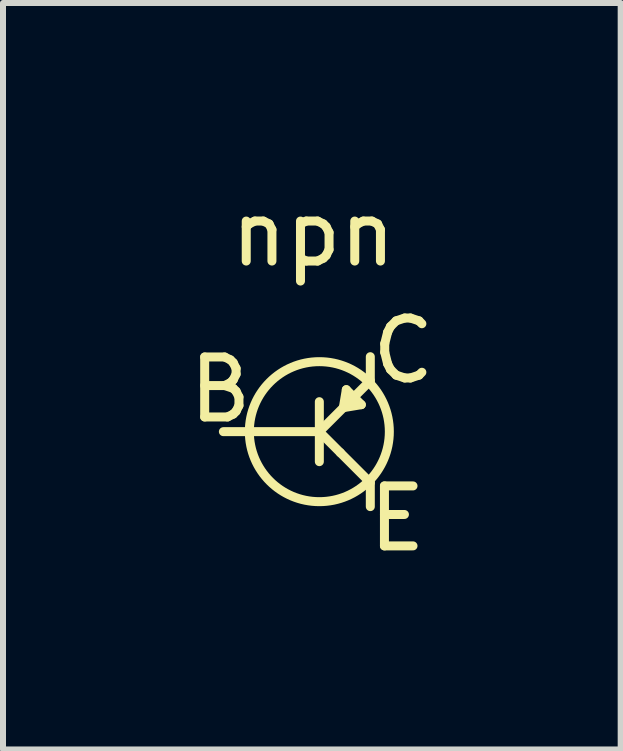
<source format=kicad_pcb>
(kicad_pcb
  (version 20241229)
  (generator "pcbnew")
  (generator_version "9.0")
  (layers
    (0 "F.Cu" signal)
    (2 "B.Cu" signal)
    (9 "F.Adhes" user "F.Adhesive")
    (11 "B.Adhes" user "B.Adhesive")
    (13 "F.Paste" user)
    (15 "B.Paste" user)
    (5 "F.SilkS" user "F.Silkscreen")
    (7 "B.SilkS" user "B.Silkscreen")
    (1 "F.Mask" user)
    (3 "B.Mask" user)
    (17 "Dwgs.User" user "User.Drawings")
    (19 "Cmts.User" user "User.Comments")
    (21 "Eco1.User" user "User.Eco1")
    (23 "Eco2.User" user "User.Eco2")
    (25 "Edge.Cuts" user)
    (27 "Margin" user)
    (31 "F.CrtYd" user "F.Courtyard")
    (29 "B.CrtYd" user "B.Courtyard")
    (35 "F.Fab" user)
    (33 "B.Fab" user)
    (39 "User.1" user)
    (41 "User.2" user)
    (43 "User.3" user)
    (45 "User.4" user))
  (footprint "npn"
    (layer "F.Cu")
    (at 2.275 4.148)
    (property "Reference" "npn" (at -0.1 -3.3 0) (layer "F.SilkS") (effects (font (size 1 1) (thickness 0.15))))
    (attr through_hole)
    (fp_line (start 0 -0.5) (end 0 0.5) (stroke (width 0.15) (type solid)) (layer "F.SilkS"))
    (fp_line (start 0 0) (end -1.6 0) (stroke (width 0.15) (type solid)) (layer "F.SilkS"))
    (fp_line (start 0 0) (end 0.5 -0.5) (stroke (width 0.15) (type solid)) (layer "F.SilkS"))
    (fp_line (start 0.35 0.35) (end 0 0) (stroke (width 0.15) (type solid)) (layer "F.SilkS"))
    (fp_line (start 0.45 -0.7) (end 0.4 -0.4) (stroke (width 0.15) (type solid)) (layer "F.SilkS"))
    (fp_line (start 0.45 -0.7) (end 0.7 -0.45) (stroke (width 0.15) (type solid)) (layer "F.SilkS"))
    (fp_line (start 0.5 -0.5) (end 0.85 -0.85) (stroke (width 0.15) (type solid)) (layer "F.SilkS"))
    (fp_line (start 0.7 -0.45) (end 0.4 -0.4) (stroke (width 0.15) (type solid)) (layer "F.SilkS"))
    (fp_line (start 0.85 -0.85) (end 0.85 -1.25) (stroke (width 0.15) (type solid)) (layer "F.SilkS"))
    (fp_line (start 0.85 0.85) (end 0.35 0.35) (stroke (width 0.15) (type solid)) (layer "F.SilkS"))
    (fp_line (start 0.85 1.25) (end 0.85 0.85) (stroke (width 0.15) (type solid)) (layer "F.SilkS"))
    (fp_circle (center 0 0) (end 1.15 0.2) (stroke (width 0.15) (type solid)) (fill no) (layer "F.SilkS"))
    (fp_text user "B" (at -1.65 -0.7 0) (layer "F.SilkS") (effects (font (size 1 1) (thickness 0.15))))
    (fp_text user "E" (at 1.3 1.45 0) (layer "F.SilkS") (effects (font (size 1 1) (thickness 0.15))))
    (fp_text user "C" (at 1.4 -1.35 0) (layer "F.SilkS") (effects (font (size 1 1) (thickness 0.15)))))
  (gr_rect
    (start -3 -3)
    (end 7.3 9.447)
    (stroke (width 0.1) (type default))
    (fill no)
    (layer "Edge.Cuts")))
</source>
